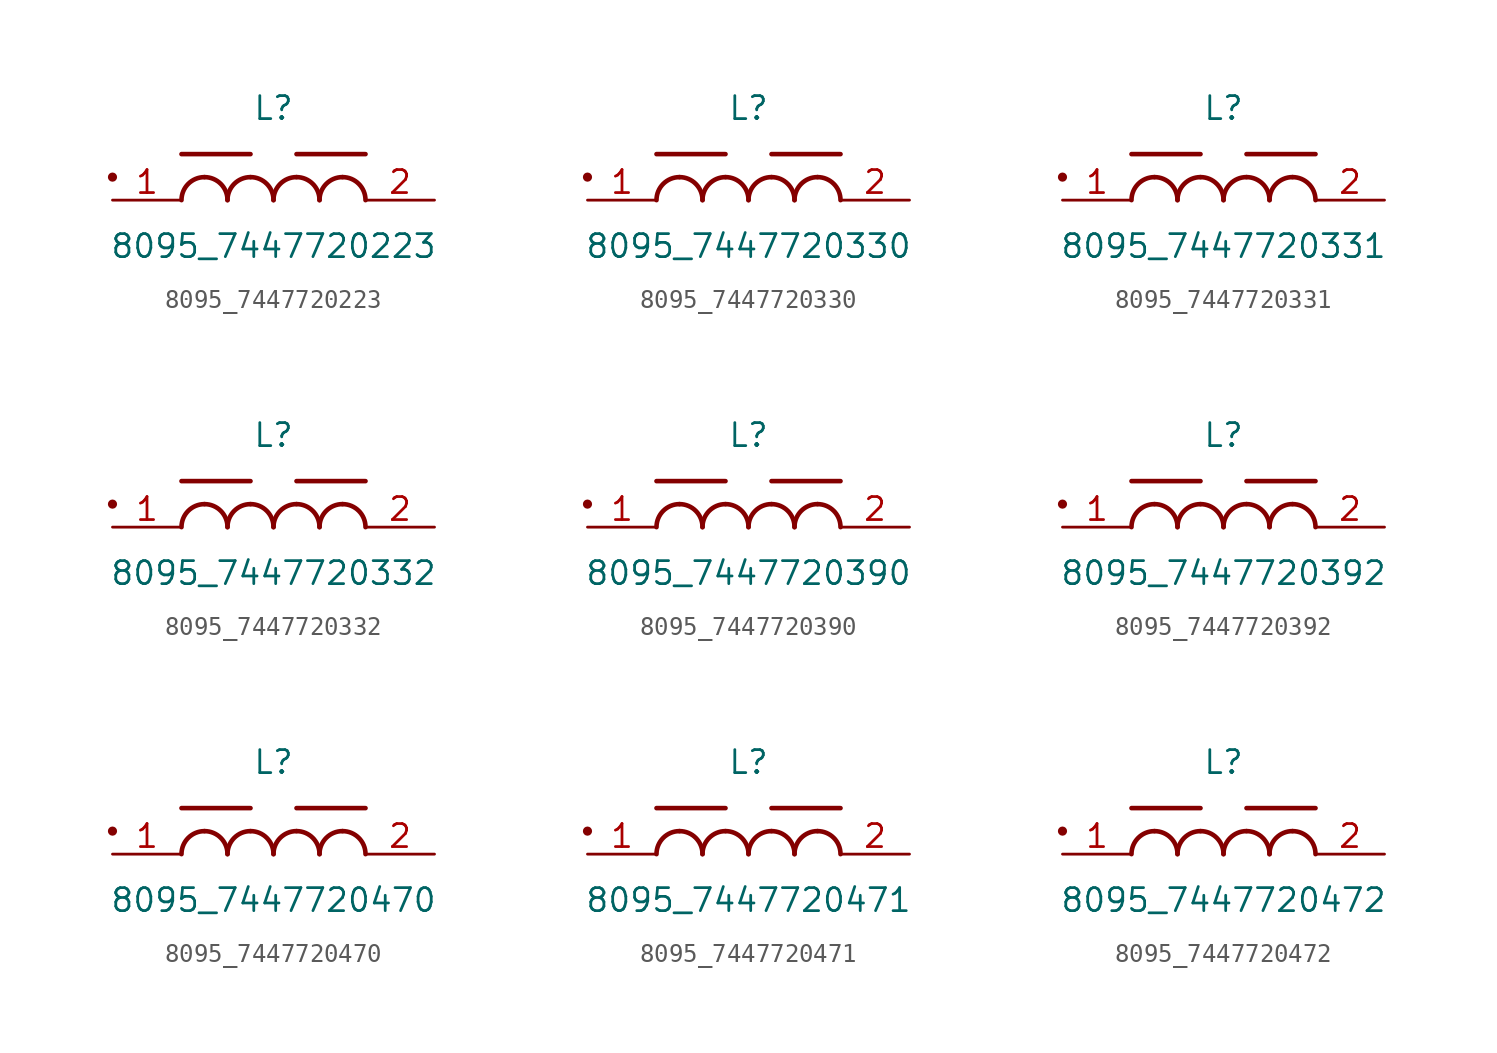
<source format=kicad_sym>
(kicad_symbol_lib
  (version 20211014)
  (generator kicad_symbol_editor)
  (symbol "Inductor_Wurth_WE-TI:8095_7447720223"
    (pin_names hide)
    (property "Reference" "L"
      (at 0 5.08 0)
      (effects (font (size 1.27 1.27))))
    (property "Value" "8095_7447720223"
      (at 0 -2.54 0)
      (effects (font (size 1.27 1.27))))
    (symbol "8095_7447720223_0_1"
      (circle (center -8.89 1.27) (radius 0.0001) (stroke (width 0.254)) (stroke (width 0.254) (type default) (color 0 0 0 0)) (fill (type none)))
      (arc (start -3.81 1.27) (mid -4.708 0.898) (end -5.08 0) (stroke (width 0.254) (type default) (color 0 0 0 0)) (fill (type none)))
      (arc (start -2.54 0) (mid -2.912 0.898) (end -3.81 1.27) (stroke (width 0.254) (type default) (color 0 0 0 0)) (fill (type none)))
      (arc (start -1.2699 1.2701) (mid -2.1679 0.8981) (end -2.5399 0.0001) (stroke (width 0.254) (type default) (color 0 0 0 0)) (fill (type none)))
      (polyline (pts (xy -5.08 2.54) (xy -1.27 2.54)) (stroke (width 0.254) (type default) (color 0 0 0 0)) (fill (type none)))
      (polyline (pts (xy 5.08 2.54) (xy 1.27 2.54)) (stroke (width 0.254) (type default) (color 0 0 0 0)) (fill (type none)))
      (arc (start 0.0001 0.0001) (mid -0.3719 0.8981) (end -1.2699 1.2701) (stroke (width 0.254) (type default) (color 0 0 0 0)) (fill (type none)))
      (arc (start 1.2701 1.2701) (mid 0.3721 0.8981) (end 0.0001 0.0001) (stroke (width 0.254) (type default) (color 0 0 0 0)) (fill (type none)))
      (arc (start 2.5401 0.0001) (mid 2.1681 0.8981) (end 1.2701 1.2701) (stroke (width 0.254) (type default) (color 0 0 0 0)) (fill (type none)))
      (arc (start 3.8101 1.2701) (mid 2.9121 0.8981) (end 2.5401 0.0001) (stroke (width 0.254) (type default) (color 0 0 0 0)) (fill (type none)))
      (arc (start 5.0801 0.0001) (mid 4.7081 0.8981) (end 3.8101 1.2701) (stroke (width 0.254) (type default) (color 0 0 0 0)) (fill (type none))))
    (symbol "8095_7447720223_1_1"
      (pin passive line (at -8.89 0 0) (length 3.81) (name "1" (effects (font (size 1.27 1.27)))) (number "1" (effects (font (size 1.27 1.27)))))
      (pin passive line (at 8.89 0 180) (length 3.81) (name "2" (effects (font (size 1.27 1.27)))) (number "2" (effects (font (size 1.27 1.27)))))))
  (symbol "Inductor_Wurth_WE-TI:8095_7447720330"
    (pin_names hide)
    (property "Reference" "L"
      (at 0 5.08 0)
      (effects (font (size 1.27 1.27))))
    (property "Value" "8095_7447720330"
      (at 0 -2.54 0)
      (effects (font (size 1.27 1.27))))
    (symbol "8095_7447720330_0_1"
      (circle (center -8.89 1.27) (radius 0.0001) (stroke (width 0.254)) (stroke (width 0.254) (type default) (color 0 0 0 0)) (fill (type none)))
      (arc (start -3.81 1.27) (mid -4.708 0.898) (end -5.08 0) (stroke (width 0.254) (type default) (color 0 0 0 0)) (fill (type none)))
      (arc (start -2.54 0) (mid -2.912 0.898) (end -3.81 1.27) (stroke (width 0.254) (type default) (color 0 0 0 0)) (fill (type none)))
      (arc (start -1.2699 1.2701) (mid -2.1679 0.8981) (end -2.5399 0.0001) (stroke (width 0.254) (type default) (color 0 0 0 0)) (fill (type none)))
      (polyline (pts (xy -5.08 2.54) (xy -1.27 2.54)) (stroke (width 0.254) (type default) (color 0 0 0 0)) (fill (type none)))
      (polyline (pts (xy 5.08 2.54) (xy 1.27 2.54)) (stroke (width 0.254) (type default) (color 0 0 0 0)) (fill (type none)))
      (arc (start 0.0001 0.0001) (mid -0.3719 0.8981) (end -1.2699 1.2701) (stroke (width 0.254) (type default) (color 0 0 0 0)) (fill (type none)))
      (arc (start 1.2701 1.2701) (mid 0.3721 0.8981) (end 0.0001 0.0001) (stroke (width 0.254) (type default) (color 0 0 0 0)) (fill (type none)))
      (arc (start 2.5401 0.0001) (mid 2.1681 0.8981) (end 1.2701 1.2701) (stroke (width 0.254) (type default) (color 0 0 0 0)) (fill (type none)))
      (arc (start 3.8101 1.2701) (mid 2.9121 0.8981) (end 2.5401 0.0001) (stroke (width 0.254) (type default) (color 0 0 0 0)) (fill (type none)))
      (arc (start 5.0801 0.0001) (mid 4.7081 0.8981) (end 3.8101 1.2701) (stroke (width 0.254) (type default) (color 0 0 0 0)) (fill (type none))))
    (symbol "8095_7447720330_1_1"
      (pin passive line (at -8.89 0 0) (length 3.81) (name "1" (effects (font (size 1.27 1.27)))) (number "1" (effects (font (size 1.27 1.27)))))
      (pin passive line (at 8.89 0 180) (length 3.81) (name "2" (effects (font (size 1.27 1.27)))) (number "2" (effects (font (size 1.27 1.27)))))))
  (symbol "Inductor_Wurth_WE-TI:8095_7447720331"
    (pin_names hide)
    (property "Reference" "L"
      (at 0 5.08 0)
      (effects (font (size 1.27 1.27))))
    (property "Value" "8095_7447720331"
      (at 0 -2.54 0)
      (effects (font (size 1.27 1.27))))
    (symbol "8095_7447720331_0_1"
      (circle (center -8.89 1.27) (radius 0.0001) (stroke (width 0.254)) (stroke (width 0.254) (type default) (color 0 0 0 0)) (fill (type none)))
      (arc (start -3.81 1.27) (mid -4.708 0.898) (end -5.08 0) (stroke (width 0.254) (type default) (color 0 0 0 0)) (fill (type none)))
      (arc (start -2.54 0) (mid -2.912 0.898) (end -3.81 1.27) (stroke (width 0.254) (type default) (color 0 0 0 0)) (fill (type none)))
      (arc (start -1.2699 1.2701) (mid -2.1679 0.8981) (end -2.5399 0.0001) (stroke (width 0.254) (type default) (color 0 0 0 0)) (fill (type none)))
      (polyline (pts (xy -5.08 2.54) (xy -1.27 2.54)) (stroke (width 0.254) (type default) (color 0 0 0 0)) (fill (type none)))
      (polyline (pts (xy 5.08 2.54) (xy 1.27 2.54)) (stroke (width 0.254) (type default) (color 0 0 0 0)) (fill (type none)))
      (arc (start 0.0001 0.0001) (mid -0.3719 0.8981) (end -1.2699 1.2701) (stroke (width 0.254) (type default) (color 0 0 0 0)) (fill (type none)))
      (arc (start 1.2701 1.2701) (mid 0.3721 0.8981) (end 0.0001 0.0001) (stroke (width 0.254) (type default) (color 0 0 0 0)) (fill (type none)))
      (arc (start 2.5401 0.0001) (mid 2.1681 0.8981) (end 1.2701 1.2701) (stroke (width 0.254) (type default) (color 0 0 0 0)) (fill (type none)))
      (arc (start 3.8101 1.2701) (mid 2.9121 0.8981) (end 2.5401 0.0001) (stroke (width 0.254) (type default) (color 0 0 0 0)) (fill (type none)))
      (arc (start 5.0801 0.0001) (mid 4.7081 0.8981) (end 3.8101 1.2701) (stroke (width 0.254) (type default) (color 0 0 0 0)) (fill (type none))))
    (symbol "8095_7447720331_1_1"
      (pin passive line (at -8.89 0 0) (length 3.81) (name "1" (effects (font (size 1.27 1.27)))) (number "1" (effects (font (size 1.27 1.27)))))
      (pin passive line (at 8.89 0 180) (length 3.81) (name "2" (effects (font (size 1.27 1.27)))) (number "2" (effects (font (size 1.27 1.27)))))))
  (symbol "Inductor_Wurth_WE-TI:8095_7447720332"
    (pin_names hide)
    (property "Reference" "L"
      (at 0 5.08 0)
      (effects (font (size 1.27 1.27))))
    (property "Value" "8095_7447720332"
      (at 0 -2.54 0)
      (effects (font (size 1.27 1.27))))
    (symbol "8095_7447720332_0_1"
      (circle (center -8.89 1.27) (radius 0.0001) (stroke (width 0.254)) (stroke (width 0.254) (type default) (color 0 0 0 0)) (fill (type none)))
      (arc (start -3.81 1.27) (mid -4.708 0.898) (end -5.08 0) (stroke (width 0.254) (type default) (color 0 0 0 0)) (fill (type none)))
      (arc (start -2.54 0) (mid -2.912 0.898) (end -3.81 1.27) (stroke (width 0.254) (type default) (color 0 0 0 0)) (fill (type none)))
      (arc (start -1.2699 1.2701) (mid -2.1679 0.8981) (end -2.5399 0.0001) (stroke (width 0.254) (type default) (color 0 0 0 0)) (fill (type none)))
      (polyline (pts (xy -5.08 2.54) (xy -1.27 2.54)) (stroke (width 0.254) (type default) (color 0 0 0 0)) (fill (type none)))
      (polyline (pts (xy 5.08 2.54) (xy 1.27 2.54)) (stroke (width 0.254) (type default) (color 0 0 0 0)) (fill (type none)))
      (arc (start 0.0001 0.0001) (mid -0.3719 0.8981) (end -1.2699 1.2701) (stroke (width 0.254) (type default) (color 0 0 0 0)) (fill (type none)))
      (arc (start 1.2701 1.2701) (mid 0.3721 0.8981) (end 0.0001 0.0001) (stroke (width 0.254) (type default) (color 0 0 0 0)) (fill (type none)))
      (arc (start 2.5401 0.0001) (mid 2.1681 0.8981) (end 1.2701 1.2701) (stroke (width 0.254) (type default) (color 0 0 0 0)) (fill (type none)))
      (arc (start 3.8101 1.2701) (mid 2.9121 0.8981) (end 2.5401 0.0001) (stroke (width 0.254) (type default) (color 0 0 0 0)) (fill (type none)))
      (arc (start 5.0801 0.0001) (mid 4.7081 0.8981) (end 3.8101 1.2701) (stroke (width 0.254) (type default) (color 0 0 0 0)) (fill (type none))))
    (symbol "8095_7447720332_1_1"
      (pin passive line (at -8.89 0 0) (length 3.81) (name "1" (effects (font (size 1.27 1.27)))) (number "1" (effects (font (size 1.27 1.27)))))
      (pin passive line (at 8.89 0 180) (length 3.81) (name "2" (effects (font (size 1.27 1.27)))) (number "2" (effects (font (size 1.27 1.27)))))))
  (symbol "Inductor_Wurth_WE-TI:8095_7447720390"
    (pin_names hide)
    (property "Reference" "L"
      (at 0 5.08 0)
      (effects (font (size 1.27 1.27))))
    (property "Value" "8095_7447720390"
      (at 0 -2.54 0)
      (effects (font (size 1.27 1.27))))
    (symbol "8095_7447720390_0_1"
      (circle (center -8.89 1.27) (radius 0.0001) (stroke (width 0.254)) (stroke (width 0.254) (type default) (color 0 0 0 0)) (fill (type none)))
      (arc (start -3.81 1.27) (mid -4.708 0.898) (end -5.08 0) (stroke (width 0.254) (type default) (color 0 0 0 0)) (fill (type none)))
      (arc (start -2.54 0) (mid -2.912 0.898) (end -3.81 1.27) (stroke (width 0.254) (type default) (color 0 0 0 0)) (fill (type none)))
      (arc (start -1.2699 1.2701) (mid -2.1679 0.8981) (end -2.5399 0.0001) (stroke (width 0.254) (type default) (color 0 0 0 0)) (fill (type none)))
      (polyline (pts (xy -5.08 2.54) (xy -1.27 2.54)) (stroke (width 0.254) (type default) (color 0 0 0 0)) (fill (type none)))
      (polyline (pts (xy 5.08 2.54) (xy 1.27 2.54)) (stroke (width 0.254) (type default) (color 0 0 0 0)) (fill (type none)))
      (arc (start 0.0001 0.0001) (mid -0.3719 0.8981) (end -1.2699 1.2701) (stroke (width 0.254) (type default) (color 0 0 0 0)) (fill (type none)))
      (arc (start 1.2701 1.2701) (mid 0.3721 0.8981) (end 0.0001 0.0001) (stroke (width 0.254) (type default) (color 0 0 0 0)) (fill (type none)))
      (arc (start 2.5401 0.0001) (mid 2.1681 0.8981) (end 1.2701 1.2701) (stroke (width 0.254) (type default) (color 0 0 0 0)) (fill (type none)))
      (arc (start 3.8101 1.2701) (mid 2.9121 0.8981) (end 2.5401 0.0001) (stroke (width 0.254) (type default) (color 0 0 0 0)) (fill (type none)))
      (arc (start 5.0801 0.0001) (mid 4.7081 0.8981) (end 3.8101 1.2701) (stroke (width 0.254) (type default) (color 0 0 0 0)) (fill (type none))))
    (symbol "8095_7447720390_1_1"
      (pin passive line (at -8.89 0 0) (length 3.81) (name "1" (effects (font (size 1.27 1.27)))) (number "1" (effects (font (size 1.27 1.27)))))
      (pin passive line (at 8.89 0 180) (length 3.81) (name "2" (effects (font (size 1.27 1.27)))) (number "2" (effects (font (size 1.27 1.27)))))))
  (symbol "Inductor_Wurth_WE-TI:8095_7447720392"
    (pin_names hide)
    (property "Reference" "L"
      (at 0 5.08 0)
      (effects (font (size 1.27 1.27))))
    (property "Value" "8095_7447720392"
      (at 0 -2.54 0)
      (effects (font (size 1.27 1.27))))
    (symbol "8095_7447720392_0_1"
      (circle (center -8.89 1.27) (radius 0.0001) (stroke (width 0.254)) (stroke (width 0.254) (type default) (color 0 0 0 0)) (fill (type none)))
      (arc (start -3.81 1.27) (mid -4.708 0.898) (end -5.08 0) (stroke (width 0.254) (type default) (color 0 0 0 0)) (fill (type none)))
      (arc (start -2.54 0) (mid -2.912 0.898) (end -3.81 1.27) (stroke (width 0.254) (type default) (color 0 0 0 0)) (fill (type none)))
      (arc (start -1.2699 1.2701) (mid -2.1679 0.8981) (end -2.5399 0.0001) (stroke (width 0.254) (type default) (color 0 0 0 0)) (fill (type none)))
      (polyline (pts (xy -5.08 2.54) (xy -1.27 2.54)) (stroke (width 0.254) (type default) (color 0 0 0 0)) (fill (type none)))
      (polyline (pts (xy 5.08 2.54) (xy 1.27 2.54)) (stroke (width 0.254) (type default) (color 0 0 0 0)) (fill (type none)))
      (arc (start 0.0001 0.0001) (mid -0.3719 0.8981) (end -1.2699 1.2701) (stroke (width 0.254) (type default) (color 0 0 0 0)) (fill (type none)))
      (arc (start 1.2701 1.2701) (mid 0.3721 0.8981) (end 0.0001 0.0001) (stroke (width 0.254) (type default) (color 0 0 0 0)) (fill (type none)))
      (arc (start 2.5401 0.0001) (mid 2.1681 0.8981) (end 1.2701 1.2701) (stroke (width 0.254) (type default) (color 0 0 0 0)) (fill (type none)))
      (arc (start 3.8101 1.2701) (mid 2.9121 0.8981) (end 2.5401 0.0001) (stroke (width 0.254) (type default) (color 0 0 0 0)) (fill (type none)))
      (arc (start 5.0801 0.0001) (mid 4.7081 0.8981) (end 3.8101 1.2701) (stroke (width 0.254) (type default) (color 0 0 0 0)) (fill (type none))))
    (symbol "8095_7447720392_1_1"
      (pin passive line (at -8.89 0 0) (length 3.81) (name "1" (effects (font (size 1.27 1.27)))) (number "1" (effects (font (size 1.27 1.27)))))
      (pin passive line (at 8.89 0 180) (length 3.81) (name "2" (effects (font (size 1.27 1.27)))) (number "2" (effects (font (size 1.27 1.27)))))))
  (symbol "Inductor_Wurth_WE-TI:8095_7447720470"
    (pin_names hide)
    (property "Reference" "L"
      (at 0 5.08 0)
      (effects (font (size 1.27 1.27))))
    (property "Value" "8095_7447720470"
      (at 0 -2.54 0)
      (effects (font (size 1.27 1.27))))
    (symbol "8095_7447720470_0_1"
      (circle (center -8.89 1.27) (radius 0.0001) (stroke (width 0.254)) (stroke (width 0.254) (type default) (color 0 0 0 0)) (fill (type none)))
      (arc (start -3.81 1.27) (mid -4.708 0.898) (end -5.08 0) (stroke (width 0.254) (type default) (color 0 0 0 0)) (fill (type none)))
      (arc (start -2.54 0) (mid -2.912 0.898) (end -3.81 1.27) (stroke (width 0.254) (type default) (color 0 0 0 0)) (fill (type none)))
      (arc (start -1.2699 1.2701) (mid -2.1679 0.8981) (end -2.5399 0.0001) (stroke (width 0.254) (type default) (color 0 0 0 0)) (fill (type none)))
      (polyline (pts (xy -5.08 2.54) (xy -1.27 2.54)) (stroke (width 0.254) (type default) (color 0 0 0 0)) (fill (type none)))
      (polyline (pts (xy 5.08 2.54) (xy 1.27 2.54)) (stroke (width 0.254) (type default) (color 0 0 0 0)) (fill (type none)))
      (arc (start 0.0001 0.0001) (mid -0.3719 0.8981) (end -1.2699 1.2701) (stroke (width 0.254) (type default) (color 0 0 0 0)) (fill (type none)))
      (arc (start 1.2701 1.2701) (mid 0.3721 0.8981) (end 0.0001 0.0001) (stroke (width 0.254) (type default) (color 0 0 0 0)) (fill (type none)))
      (arc (start 2.5401 0.0001) (mid 2.1681 0.8981) (end 1.2701 1.2701) (stroke (width 0.254) (type default) (color 0 0 0 0)) (fill (type none)))
      (arc (start 3.8101 1.2701) (mid 2.9121 0.8981) (end 2.5401 0.0001) (stroke (width 0.254) (type default) (color 0 0 0 0)) (fill (type none)))
      (arc (start 5.0801 0.0001) (mid 4.7081 0.8981) (end 3.8101 1.2701) (stroke (width 0.254) (type default) (color 0 0 0 0)) (fill (type none))))
    (symbol "8095_7447720470_1_1"
      (pin passive line (at -8.89 0 0) (length 3.81) (name "1" (effects (font (size 1.27 1.27)))) (number "1" (effects (font (size 1.27 1.27)))))
      (pin passive line (at 8.89 0 180) (length 3.81) (name "2" (effects (font (size 1.27 1.27)))) (number "2" (effects (font (size 1.27 1.27)))))))
  (symbol "Inductor_Wurth_WE-TI:8095_7447720471"
    (pin_names hide)
    (property "Reference" "L"
      (at 0 5.08 0)
      (effects (font (size 1.27 1.27))))
    (property "Value" "8095_7447720471"
      (at 0 -2.54 0)
      (effects (font (size 1.27 1.27))))
    (symbol "8095_7447720471_0_1"
      (circle (center -8.89 1.27) (radius 0.0001) (stroke (width 0.254)) (stroke (width 0.254) (type default) (color 0 0 0 0)) (fill (type none)))
      (arc (start -3.81 1.27) (mid -4.708 0.898) (end -5.08 0) (stroke (width 0.254) (type default) (color 0 0 0 0)) (fill (type none)))
      (arc (start -2.54 0) (mid -2.912 0.898) (end -3.81 1.27) (stroke (width 0.254) (type default) (color 0 0 0 0)) (fill (type none)))
      (arc (start -1.2699 1.2701) (mid -2.1679 0.8981) (end -2.5399 0.0001) (stroke (width 0.254) (type default) (color 0 0 0 0)) (fill (type none)))
      (polyline (pts (xy -5.08 2.54) (xy -1.27 2.54)) (stroke (width 0.254) (type default) (color 0 0 0 0)) (fill (type none)))
      (polyline (pts (xy 5.08 2.54) (xy 1.27 2.54)) (stroke (width 0.254) (type default) (color 0 0 0 0)) (fill (type none)))
      (arc (start 0.0001 0.0001) (mid -0.3719 0.8981) (end -1.2699 1.2701) (stroke (width 0.254) (type default) (color 0 0 0 0)) (fill (type none)))
      (arc (start 1.2701 1.2701) (mid 0.3721 0.8981) (end 0.0001 0.0001) (stroke (width 0.254) (type default) (color 0 0 0 0)) (fill (type none)))
      (arc (start 2.5401 0.0001) (mid 2.1681 0.8981) (end 1.2701 1.2701) (stroke (width 0.254) (type default) (color 0 0 0 0)) (fill (type none)))
      (arc (start 3.8101 1.2701) (mid 2.9121 0.8981) (end 2.5401 0.0001) (stroke (width 0.254) (type default) (color 0 0 0 0)) (fill (type none)))
      (arc (start 5.0801 0.0001) (mid 4.7081 0.8981) (end 3.8101 1.2701) (stroke (width 0.254) (type default) (color 0 0 0 0)) (fill (type none))))
    (symbol "8095_7447720471_1_1"
      (pin passive line (at -8.89 0 0) (length 3.81) (name "1" (effects (font (size 1.27 1.27)))) (number "1" (effects (font (size 1.27 1.27)))))
      (pin passive line (at 8.89 0 180) (length 3.81) (name "2" (effects (font (size 1.27 1.27)))) (number "2" (effects (font (size 1.27 1.27)))))))
  (symbol "Inductor_Wurth_WE-TI:8095_7447720472"
    (pin_names hide)
    (property "Reference" "L"
      (at 0 5.08 0)
      (effects (font (size 1.27 1.27))))
    (property "Value" "8095_7447720472"
      (at 0 -2.54 0)
      (effects (font (size 1.27 1.27))))
    (symbol "8095_7447720472_0_1"
      (circle (center -8.89 1.27) (radius 0.0001) (stroke (width 0.254)) (stroke (width 0.254) (type default) (color 0 0 0 0)) (fill (type none)))
      (arc (start -3.81 1.27) (mid -4.708 0.898) (end -5.08 0) (stroke (width 0.254) (type default) (color 0 0 0 0)) (fill (type none)))
      (arc (start -2.54 0) (mid -2.912 0.898) (end -3.81 1.27) (stroke (width 0.254) (type default) (color 0 0 0 0)) (fill (type none)))
      (arc (start -1.2699 1.2701) (mid -2.1679 0.8981) (end -2.5399 0.0001) (stroke (width 0.254) (type default) (color 0 0 0 0)) (fill (type none)))
      (polyline (pts (xy -5.08 2.54) (xy -1.27 2.54)) (stroke (width 0.254) (type default) (color 0 0 0 0)) (fill (type none)))
      (polyline (pts (xy 5.08 2.54) (xy 1.27 2.54)) (stroke (width 0.254) (type default) (color 0 0 0 0)) (fill (type none)))
      (arc (start 0.0001 0.0001) (mid -0.3719 0.8981) (end -1.2699 1.2701) (stroke (width 0.254) (type default) (color 0 0 0 0)) (fill (type none)))
      (arc (start 1.2701 1.2701) (mid 0.3721 0.8981) (end 0.0001 0.0001) (stroke (width 0.254) (type default) (color 0 0 0 0)) (fill (type none)))
      (arc (start 2.5401 0.0001) (mid 2.1681 0.8981) (end 1.2701 1.2701) (stroke (width 0.254) (type default) (color 0 0 0 0)) (fill (type none)))
      (arc (start 3.8101 1.2701) (mid 2.9121 0.8981) (end 2.5401 0.0001) (stroke (width 0.254) (type default) (color 0 0 0 0)) (fill (type none)))
      (arc (start 5.0801 0.0001) (mid 4.7081 0.8981) (end 3.8101 1.2701) (stroke (width 0.254) (type default) (color 0 0 0 0)) (fill (type none))))
    (symbol "8095_7447720472_1_1"
      (pin passive line (at -8.89 0 0) (length 3.81) (name "1" (effects (font (size 1.27 1.27)))) (number "1" (effects (font (size 1.27 1.27)))))
      (pin passive line (at 8.89 0 180) (length 3.81) (name "2" (effects (font (size 1.27 1.27)))) (number "2" (effects (font (size 1.27 1.27))))))))
</source>
